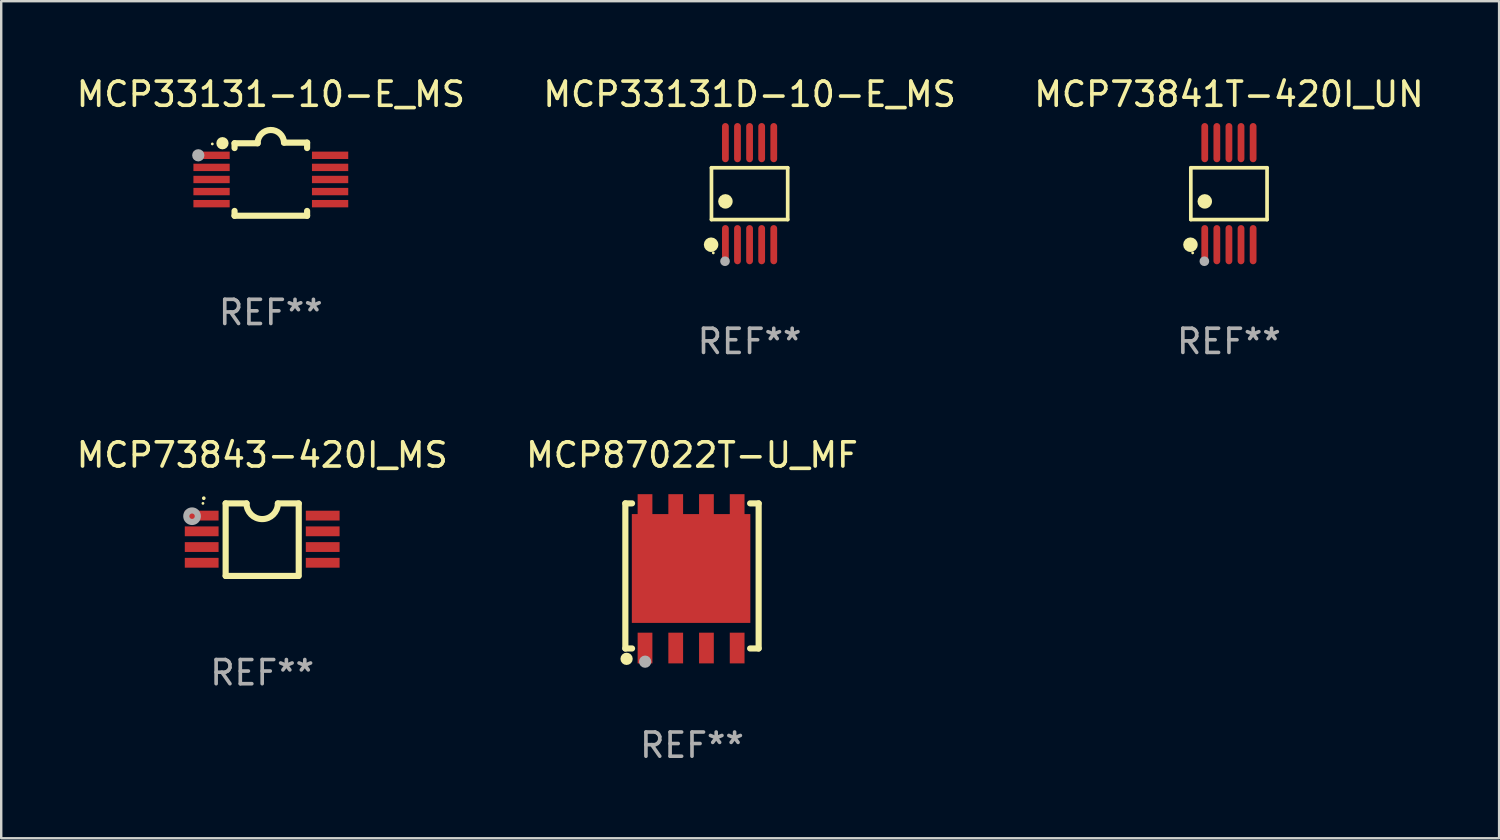
<source format=kicad_pcb>
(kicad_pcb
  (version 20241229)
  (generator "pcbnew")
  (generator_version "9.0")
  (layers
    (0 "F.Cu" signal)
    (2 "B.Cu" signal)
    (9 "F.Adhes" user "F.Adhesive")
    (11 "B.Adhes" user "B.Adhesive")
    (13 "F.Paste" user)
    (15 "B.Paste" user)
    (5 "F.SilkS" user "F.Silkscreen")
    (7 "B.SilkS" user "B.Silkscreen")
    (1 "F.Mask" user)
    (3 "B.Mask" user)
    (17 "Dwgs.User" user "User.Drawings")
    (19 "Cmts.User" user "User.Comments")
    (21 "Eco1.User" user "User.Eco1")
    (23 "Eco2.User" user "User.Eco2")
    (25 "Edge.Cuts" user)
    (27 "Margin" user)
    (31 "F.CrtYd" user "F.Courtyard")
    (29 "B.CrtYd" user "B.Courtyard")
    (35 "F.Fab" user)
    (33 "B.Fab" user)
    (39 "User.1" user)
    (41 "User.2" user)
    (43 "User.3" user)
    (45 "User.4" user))
  (footprint "MCP33131-10-E_MS"
    (layer "F.Cu")
    (at 8.149 4.36)
    (property "Reference" "MCP33131-10-E_MS" (at 0 -3.512 0) (layer "F.SilkS") (effects (font (size 1 1) (thickness 0.15))))
    (attr through_hole)
    (fp_line (start -1.5 -1.288) (end -1.5 -1.487) (stroke (width 0.254) (type solid)) (layer "F.SilkS"))
    (fp_line (start -1.5 1.512) (end -1.5 1.312) (stroke (width 0.254) (type solid)) (layer "F.SilkS"))
    (fp_line (start -0.546 -1.487) (end -1.5 -1.487) (stroke (width 0.254) (type solid)) (layer "F.SilkS"))
    (fp_line (start 1.5 -1.512) (end 0.546 -1.512) (stroke (width 0.254) (type solid)) (layer "F.SilkS"))
    (fp_line (start 1.5 -1.288) (end 1.5 -1.512) (stroke (width 0.254) (type solid)) (layer "F.SilkS"))
    (fp_line (start 1.5 1.512) (end -1.5 1.512) (stroke (width 0.254) (type solid)) (layer "F.SilkS"))
    (fp_line (start 1.5 1.512) (end 1.5 1.312) (stroke (width 0.254) (type solid)) (layer "F.SilkS"))
    (fp_arc (start -0.546151 -1.486601) (mid -0.01246 -2.032889) (end 0.54605 -1.512002) (stroke (width 0.254001) (type solid)) (layer "F.SilkS"))
    (fp_circle (center -2.42 -1.458) (end -2.39 -1.458) (stroke (width 0.06) (type solid)) (fill no) (layer "F.SilkS"))
    (fp_circle (center -2 -1.488) (end -1.873 -1.488) (stroke (width 0.254) (type solid)) (fill no) (layer "F.SilkS"))
    (fp_circle (center -3 -0.988) (end -2.873 -0.988) (stroke (width 0.254) (type solid)) (fill no) (layer "F.Fab"))
    (fp_text user "REF**" (at 0 5.512 0) (layer "F.Fab") (effects (font (size 1 1) (thickness 0.15))))
    (pad "1" smd rect (at -2.451 -0.988) (size 1.5 0.305) (layers "F.Cu" "F.Mask" "F.Paste"))
    (pad "2" smd rect (at -2.451 -0.488) (size 1.5 0.305) (layers "F.Cu" "F.Mask" "F.Paste"))
    (pad "3" smd rect (at -2.451 0.012) (size 1.5 0.305) (layers "F.Cu" "F.Mask" "F.Paste"))
    (pad "4" smd rect (at -2.451 0.512) (size 1.5 0.305) (layers "F.Cu" "F.Mask" "F.Paste"))
    (pad "5" smd rect (at -2.451 1.012) (size 1.5 0.305) (layers "F.Cu" "F.Mask" "F.Paste"))
    (pad "6" smd rect (at 2.451 1.012) (size 1.5 0.305) (layers "F.Cu" "F.Mask" "F.Paste"))
    (pad "7" smd rect (at 2.451 0.512) (size 1.5 0.305) (layers "F.Cu" "F.Mask" "F.Paste"))
    (pad "8" smd rect (at 2.451 0.012) (size 1.5 0.305) (layers "F.Cu" "F.Mask" "F.Paste"))
    (pad "9" smd rect (at 2.451 -0.488) (size 1.5 0.305) (layers "F.Cu" "F.Mask" "F.Paste"))
    (pad "10" smd rect (at 2.451 -0.988) (size 1.5 0.305) (layers "F.Cu" "F.Mask" "F.Paste")))
  (footprint "MCP73841T-420I_UN"
    (layer "F.Cu")
    (at 47.768 4.958)
    (property "Reference" "MCP73841T-420I_UN" (at 0 -4.11 0) (layer "F.SilkS") (effects (font (size 1 1) (thickness 0.15))))
    (attr through_hole)
    (fp_line (start -1.576 -1.071) (end 1.576 -1.071) (stroke (width 0.152) (type solid)) (layer "F.SilkS"))
    (fp_line (start -1.576 1.071) (end -1.576 -1.071) (stroke (width 0.152) (type solid)) (layer "F.SilkS"))
    (fp_line (start 1.576 -1.071) (end 1.576 1.071) (stroke (width 0.152) (type solid)) (layer "F.SilkS"))
    (fp_line (start 1.576 1.071) (end -1.576 1.071) (stroke (width 0.152) (type solid)) (layer "F.SilkS"))
    (fp_circle (center -1.592 2.11) (end -1.442 2.11) (stroke (width 0.3) (type solid)) (fill no) (layer "F.SilkS"))
    (fp_circle (center -1.5 2.45) (end -1.47 2.45) (stroke (width 0.06) (type solid)) (fill no) (layer "F.SilkS"))
    (fp_circle (center -1 0.319) (end -0.85 0.319) (stroke (width 0.3) (type solid)) (fill no) (layer "F.SilkS"))
    (fp_circle (center -1.016 2.794) (end -0.916 2.794) (stroke (width 0.2) (type solid)) (fill no) (layer "F.Fab"))
    (fp_text user "REF**" (at 0 6.11 0) (layer "F.Fab") (effects (font (size 1 1) (thickness 0.15))))
    (pad "1" smd oval (at -1 2.11) (size 0.28 1.62) (layers "F.Cu" "F.Mask" "F.Paste"))
    (pad "2" smd oval (at -0.5 2.11) (size 0.28 1.62) (layers "F.Cu" "F.Mask" "F.Paste"))
    (pad "3" smd oval (at 0 2.11) (size 0.28 1.62) (layers "F.Cu" "F.Mask" "F.Paste"))
    (pad "4" smd oval (at 0.5 2.11) (size 0.28 1.62) (layers "F.Cu" "F.Mask" "F.Paste"))
    (pad "5" smd oval (at 1 2.11) (size 0.28 1.62) (layers "F.Cu" "F.Mask" "F.Paste"))
    (pad "6" smd oval (at 1 -2.11) (size 0.28 1.62) (layers "F.Cu" "F.Mask" "F.Paste"))
    (pad "7" smd oval (at 0.5 -2.11) (size 0.28 1.62) (layers "F.Cu" "F.Mask" "F.Paste"))
    (pad "8" smd oval (at 0 -2.11) (size 0.28 1.62) (layers "F.Cu" "F.Mask" "F.Paste"))
    (pad "9" smd oval (at -0.5 -2.11) (size 0.28 1.62) (layers "F.Cu" "F.Mask" "F.Paste"))
    (pad "10" smd oval (at -1 -2.11) (size 0.28 1.62) (layers "F.Cu" "F.Mask" "F.Paste")))
  (footprint "MCP87022T-U_MF"
    (layer "F.Cu")
    (at 25.565 20.765)
    (property "Reference" "MCP87022T-U_MF" (at 0 -5 0) (layer "F.SilkS") (effects (font (size 1 1) (thickness 0.15))))
    (attr through_hole)
    (fp_line (start -2.756 -3) (end -2.756 3) (stroke (width 0.254) (type solid)) (layer "F.SilkS"))
    (fp_line (start -2.756 -3) (end -2.479 -3) (stroke (width 0.254) (type solid)) (layer "F.SilkS"))
    (fp_line (start -2.756 3) (end -2.479 3) (stroke (width 0.254) (type solid)) (layer "F.SilkS"))
    (fp_line (start 2.756 -3) (end 2.403 -3) (stroke (width 0.254) (type solid)) (layer "F.SilkS"))
    (fp_line (start 2.756 3) (end 2.403 3) (stroke (width 0.254) (type solid)) (layer "F.SilkS"))
    (fp_line (start 2.756 3) (end 2.756 -3) (stroke (width 0.254) (type solid)) (layer "F.SilkS"))
    (fp_circle (center -2.705 3.429) (end -2.578 3.429) (stroke (width 0.254) (type solid)) (fill no) (layer "F.SilkS"))
    (fp_circle (center -2.538 3) (end -2.508 3) (stroke (width 0.06) (type solid)) (fill no) (layer "F.SilkS"))
    (fp_circle (center -1.938 3.546) (end -1.811 3.546) (stroke (width 0.254) (type solid)) (fill no) (layer "F.Fab"))
    (fp_text user "REF**" (at 0 7 0) (layer "F.Fab") (effects (font (size 1 1) (thickness 0.15))))
    (pad "1" smd rect (at -1.943 2.982 90) (size 1.27 0.61) (layers "F.Cu" "F.Mask" "F.Paste"))
    (pad "2" smd rect (at -0.673 2.982 90) (size 1.27 0.61) (layers "F.Cu" "F.Mask" "F.Paste"))
    (pad "3" smd rect (at 0.597 2.982 90) (size 1.27 0.61) (layers "F.Cu" "F.Mask" "F.Paste"))
    (pad "4" smd rect (at 1.867 2.982 90) (size 1.27 0.61) (layers "F.Cu" "F.Mask" "F.Paste"))
    (pad "5" smd rect (at 1.867 -2.73 90) (size 1.3 0.61) (layers "F.Cu" "F.Mask" "F.Paste"))
    (pad "6" smd rect (at 0.597 -2.73 90) (size 1.3 0.61) (layers "F.Cu" "F.Mask" "F.Paste"))
    (pad "7" smd rect (at -0.673 -2.73 90) (size 1.3 0.61) (layers "F.Cu" "F.Mask" "F.Paste"))
    (pad "8" smd rect (at -1.943 -2.73 90) (size 1.3 0.61) (layers "F.Cu" "F.Mask" "F.Paste"))
    (pad "8" smd rect (at -0.038 -0.307) (size 4.9 4.5) (layers "F.Cu" "F.Mask" "F.Paste")))
  (footprint "MCP33131D-10-E_MS"
    (layer "F.Cu")
    (at 27.946 4.958)
    (property "Reference" "MCP33131D-10-E_MS" (at 0 -4.11 0) (layer "F.SilkS") (effects (font (size 1 1) (thickness 0.15))))
    (attr through_hole)
    (fp_line (start -1.576 -1.071) (end 1.576 -1.071) (stroke (width 0.152) (type solid)) (layer "F.SilkS"))
    (fp_line (start -1.576 1.071) (end -1.576 -1.071) (stroke (width 0.152) (type solid)) (layer "F.SilkS"))
    (fp_line (start 1.576 -1.071) (end 1.576 1.071) (stroke (width 0.152) (type solid)) (layer "F.SilkS"))
    (fp_line (start 1.576 1.071) (end -1.576 1.071) (stroke (width 0.152) (type solid)) (layer "F.SilkS"))
    (fp_circle (center -1.592 2.11) (end -1.442 2.11) (stroke (width 0.3) (type solid)) (fill no) (layer "F.SilkS"))
    (fp_circle (center -1.5 2.45) (end -1.47 2.45) (stroke (width 0.06) (type solid)) (fill no) (layer "F.SilkS"))
    (fp_circle (center -1 0.319) (end -0.85 0.319) (stroke (width 0.3) (type solid)) (fill no) (layer "F.SilkS"))
    (fp_circle (center -1.016 2.794) (end -0.916 2.794) (stroke (width 0.2) (type solid)) (fill no) (layer "F.Fab"))
    (fp_text user "REF**" (at 0 6.11 0) (layer "F.Fab") (effects (font (size 1 1) (thickness 0.15))))
    (pad "1" smd oval (at -1 2.11) (size 0.28 1.62) (layers "F.Cu" "F.Mask" "F.Paste"))
    (pad "2" smd oval (at -0.5 2.11) (size 0.28 1.62) (layers "F.Cu" "F.Mask" "F.Paste"))
    (pad "3" smd oval (at 0 2.11) (size 0.28 1.62) (layers "F.Cu" "F.Mask" "F.Paste"))
    (pad "4" smd oval (at 0.5 2.11) (size 0.28 1.62) (layers "F.Cu" "F.Mask" "F.Paste"))
    (pad "5" smd oval (at 1 2.11) (size 0.28 1.62) (layers "F.Cu" "F.Mask" "F.Paste"))
    (pad "6" smd oval (at 1 -2.11) (size 0.28 1.62) (layers "F.Cu" "F.Mask" "F.Paste"))
    (pad "7" smd oval (at 0.5 -2.11) (size 0.28 1.62) (layers "F.Cu" "F.Mask" "F.Paste"))
    (pad "8" smd oval (at 0 -2.11) (size 0.28 1.62) (layers "F.Cu" "F.Mask" "F.Paste"))
    (pad "9" smd oval (at -0.5 -2.11) (size 0.28 1.62) (layers "F.Cu" "F.Mask" "F.Paste"))
    (pad "10" smd oval (at -1 -2.11) (size 0.28 1.62) (layers "F.Cu" "F.Mask" "F.Paste")))
  (footprint "MCP73843-420I_MS"
    (layer "F.Cu")
    (at 7.792 19.266)
    (property "Reference" "MCP73843-420I_MS" (at 0 -3.501 0) (layer "F.SilkS") (effects (font (size 1 1) (thickness 0.15))))
    (attr through_hole)
    (fp_line (start -1.511 -1.501) (end -1.511 1.499) (stroke (width 0.254) (type solid)) (layer "F.SilkS"))
    (fp_line (start -1.511 -1.501) (end -0.648 -1.501) (stroke (width 0.254) (type solid)) (layer "F.SilkS"))
    (fp_line (start -1.511 1.499) (end 1.489 1.499) (stroke (width 0.254) (type solid)) (layer "F.SilkS"))
    (fp_line (start 0.648 -1.499) (end 1.511 -1.499) (stroke (width 0.254) (type solid)) (layer "F.SilkS"))
    (fp_line (start 1.511 -1.499) (end 1.511 1.501) (stroke (width 0.254) (type solid)) (layer "F.SilkS"))
    (fp_arc (start -2.41491 -1.713233) (mid -2.414916 -1.714503) (end -2.41491 -1.715773) (stroke (width 0.150013) (type solid)) (layer "F.SilkS"))
    (fp_arc (start 0.647803 -1.498603) (mid 0.000102 -0.850902) (end -0.647599 -1.498603) (stroke (width 0.254001) (type solid)) (layer "F.SilkS"))
    (fp_circle (center -2.45 -1.501) (end -2.42 -1.501) (stroke (width 0.06) (type solid)) (fill no) (layer "F.SilkS"))
    (fp_circle (center -2.9 -0.97) (end -2.788 -0.97) (stroke (width 0.254) (type solid)) (fill no) (layer "F.Fab"))
    (fp_text user "REF**" (at 0 5.501 0) (layer "F.Fab") (effects (font (size 1 1) (thickness 0.15))))
    (pad "1" smd rect (at -2.502 -0.995) (size 1.397 0.406) (layers "F.Cu" "F.Mask" "F.Paste"))
    (pad "2" smd rect (at -2.502 -0.345) (size 1.397 0.406) (layers "F.Cu" "F.Mask" "F.Paste"))
    (pad "3" smd rect (at -2.502 0.305) (size 1.397 0.406) (layers "F.Cu" "F.Mask" "F.Paste"))
    (pad "4" smd rect (at -2.502 0.955) (size 1.397 0.406) (layers "F.Cu" "F.Mask" "F.Paste"))
    (pad "5" smd rect (at 2.502 0.955) (size 1.397 0.406) (layers "F.Cu" "F.Mask" "F.Paste"))
    (pad "6" smd rect (at 2.502 0.305) (size 1.397 0.406) (layers "F.Cu" "F.Mask" "F.Paste"))
    (pad "7" smd rect (at 2.502 -0.345) (size 1.397 0.406) (layers "F.Cu" "F.Mask" "F.Paste"))
    (pad "8" smd rect (at 2.502 -0.995) (size 1.397 0.406) (layers "F.Cu" "F.Mask" "F.Paste")))
  (gr_rect
    (start -3 -3)
    (end 58.94 31.613)
    (stroke (width 0.1) (type default))
    (fill no)
    (layer "Edge.Cuts")))
</source>
